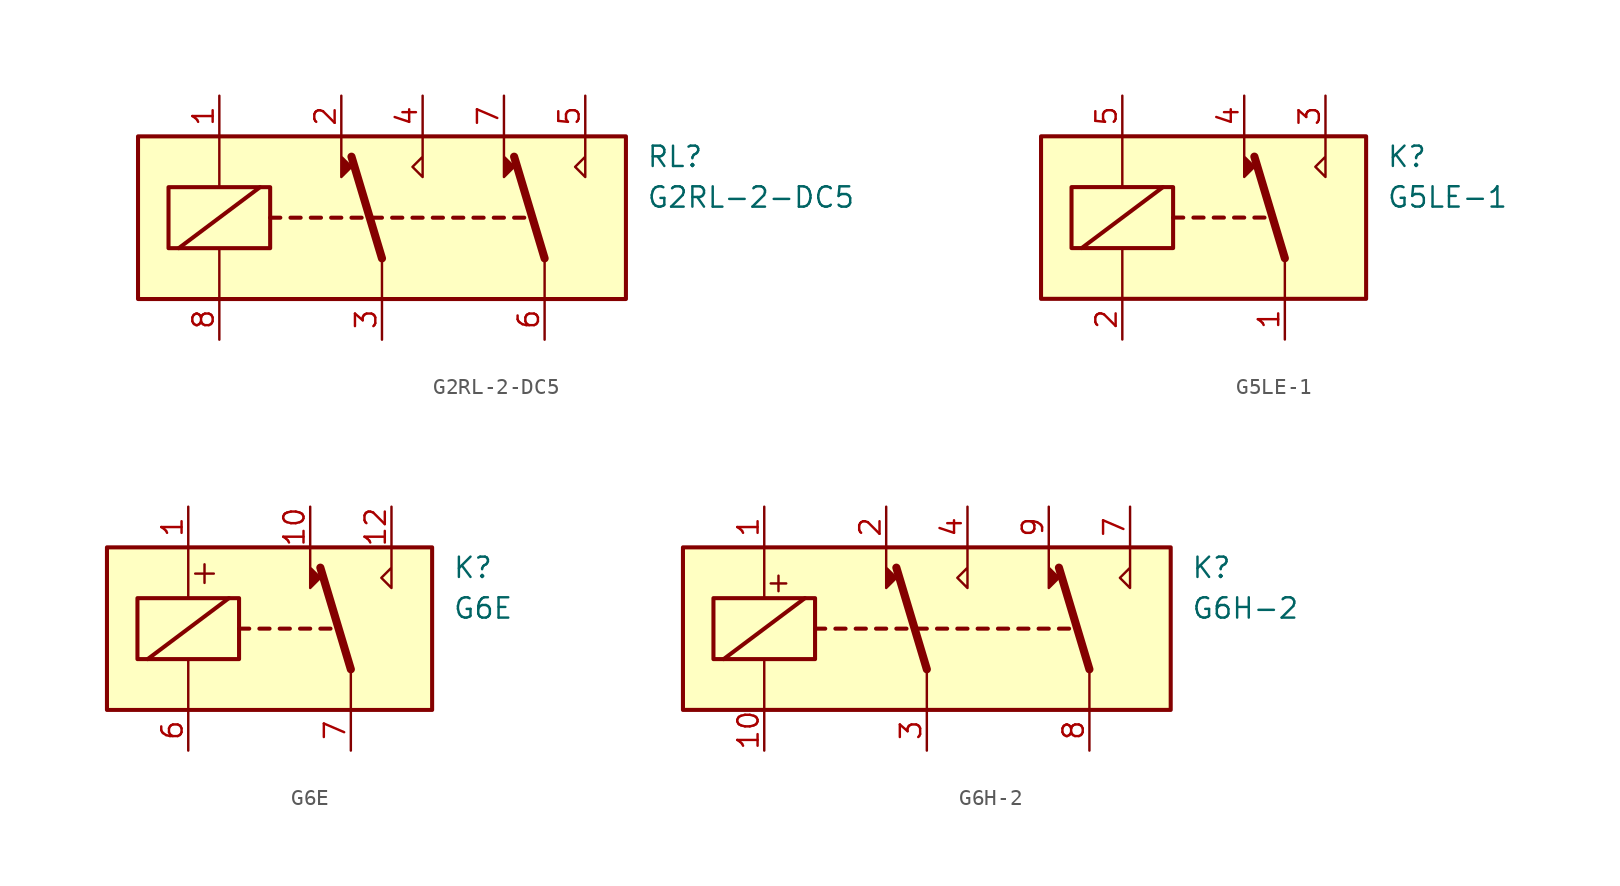
<source format=kicad_sym>
(kicad_symbol_lib
  (version 20211014)
  (generator kicad_symbol_editor)
  (symbol "G2RL-2-DC5"
    (property "Reference" "RL"
      (at 16.51 3.81 0)
      (effects (font (size 1.27 1.27)) (justify left)))
    (property "Value" "G2RL-2-DC5"
      (at 16.51 1.27 0)
      (effects (font (size 1.27 1.27)) (justify left)))
    (symbol "G2RL-2-DC5_0_1"
      (rectangle (start -15.24 5.08) (end 15.24 -5.08) (stroke (width 0.254) (type default) (color 0 0 0 0)) (fill (type background)))
      (rectangle (start -13.335 1.905) (end -6.985 -1.905) (stroke (width 0.254) (type default) (color 0 0 0 0)) (fill (type none)))
      (polyline (pts (xy -12.7 -1.905) (xy -7.62 1.905)) (stroke (width 0.254) (type default) (color 0 0 0 0)) (fill (type none)))
      (polyline (pts (xy -10.16 -5.08) (xy -10.16 -1.905)) (stroke (width 0) (type default) (color 0 0 0 0)) (fill (type none)))
      (polyline (pts (xy -10.16 5.08) (xy -10.16 1.905)) (stroke (width 0) (type default) (color 0 0 0 0)) (fill (type none)))
      (polyline (pts (xy -6.985 0) (xy -6.35 0)) (stroke (width 0.254) (type default) (color 0 0 0 0)) (fill (type none)))
      (polyline (pts (xy -5.715 0) (xy -5.08 0)) (stroke (width 0.254) (type default) (color 0 0 0 0)) (fill (type none)))
      (polyline (pts (xy -4.445 0) (xy -3.81 0)) (stroke (width 0.254) (type default) (color 0 0 0 0)) (fill (type none)))
      (polyline (pts (xy -3.175 0) (xy -2.54 0)) (stroke (width 0.254) (type default) (color 0 0 0 0)) (fill (type none)))
      (polyline (pts (xy -1.905 0) (xy -1.27 0)) (stroke (width 0.254) (type default) (color 0 0 0 0)) (fill (type none)))
      (polyline (pts (xy -0.635 0) (xy 0 0)) (stroke (width 0.254) (type default) (color 0 0 0 0)) (fill (type none)))
      (polyline (pts (xy 0 -2.54) (xy -1.905 3.81)) (stroke (width 0.508) (type default) (color 0 0 0 0)) (fill (type none)))
      (polyline (pts (xy 0 -2.54) (xy 0 -5.08)) (stroke (width 0) (type default) (color 0 0 0 0)) (fill (type none)))
      (polyline (pts (xy 0.635 0) (xy 1.27 0)) (stroke (width 0.254) (type default) (color 0 0 0 0)) (fill (type none)))
      (polyline (pts (xy 1.905 0) (xy 2.54 0)) (stroke (width 0.254) (type default) (color 0 0 0 0)) (fill (type none)))
      (polyline (pts (xy 3.175 0) (xy 3.81 0)) (stroke (width 0.254) (type default) (color 0 0 0 0)) (fill (type none)))
      (polyline (pts (xy 4.445 0) (xy 5.08 0)) (stroke (width 0.254) (type default) (color 0 0 0 0)) (fill (type none)))
      (polyline (pts (xy 5.715 0) (xy 6.35 0)) (stroke (width 0.254) (type default) (color 0 0 0 0)) (fill (type none)))
      (polyline (pts (xy 6.985 0) (xy 7.62 0)) (stroke (width 0.254) (type default) (color 0 0 0 0)) (fill (type none)))
      (polyline (pts (xy 8.255 0) (xy 8.89 0)) (stroke (width 0.254) (type default) (color 0 0 0 0)) (fill (type none)))
      (polyline (pts (xy 10.16 -2.54) (xy 8.255 3.81)) (stroke (width 0.508) (type default) (color 0 0 0 0)) (fill (type none)))
      (polyline (pts (xy 10.16 -2.54) (xy 10.16 -5.08)) (stroke (width 0) (type default) (color 0 0 0 0)) (fill (type none)))
      (polyline (pts (xy -2.54 5.08) (xy -2.54 2.54) (xy -1.905 3.175) (xy -2.54 3.81)) (stroke (width 0) (type default) (color 0 0 0 0)) (fill (type outline)))
      (polyline (pts (xy 2.54 5.08) (xy 2.54 2.54) (xy 1.905 3.175) (xy 2.54 3.81)) (stroke (width 0) (type default) (color 0 0 0 0)) (fill (type none)))
      (polyline (pts (xy 7.62 5.08) (xy 7.62 2.54) (xy 8.255 3.175) (xy 7.62 3.81)) (stroke (width 0) (type default) (color 0 0 0 0)) (fill (type outline)))
      (polyline (pts (xy 12.7 5.08) (xy 12.7 2.54) (xy 12.065 3.175) (xy 12.7 3.81)) (stroke (width 0) (type default) (color 0 0 0 0)) (fill (type none))))
    (symbol "G2RL-2-DC5_1_1"
      (pin passive line (at -10.16 7.62 270) (length 2.54) (name "~" (effects (font (size 1.27 1.27)))) (number "1" (effects (font (size 1.27 1.27)))))
      (pin passive line (at -2.54 7.62 270) (length 2.54) (name "~" (effects (font (size 1.27 1.27)))) (number "2" (effects (font (size 1.27 1.27)))))
      (pin passive line (at 0 -7.62 90) (length 2.54) (name "~" (effects (font (size 1.27 1.27)))) (number "3" (effects (font (size 1.27 1.27)))))
      (pin passive line (at 2.54 7.62 270) (length 2.54) (name "~" (effects (font (size 1.27 1.27)))) (number "4" (effects (font (size 1.27 1.27)))))
      (pin passive line (at 12.7 7.62 270) (length 2.54) (name "~" (effects (font (size 1.27 1.27)))) (number "5" (effects (font (size 1.27 1.27)))))
      (pin passive line (at 10.16 -7.62 90) (length 2.54) (name "~" (effects (font (size 1.27 1.27)))) (number "6" (effects (font (size 1.27 1.27)))))
      (pin passive line (at 7.62 7.62 270) (length 2.54) (name "~" (effects (font (size 1.27 1.27)))) (number "7" (effects (font (size 1.27 1.27)))))
      (pin passive line (at -10.16 -7.62 90) (length 2.54) (name "~" (effects (font (size 1.27 1.27)))) (number "8" (effects (font (size 1.27 1.27)))))))
  (symbol "G5LE-1"
    (property "Reference" "K"
      (at 11.43 3.81 0)
      (effects (font (size 1.27 1.27)) (justify left)))
    (property "Value" "G5LE-1"
      (at 11.43 1.27 0)
      (effects (font (size 1.27 1.27)) (justify left)))
    (symbol "G5LE-1_0_0"
      (polyline (pts (xy 7.62 5.08) (xy 7.62 2.54) (xy 6.985 3.175) (xy 7.62 3.81)) (stroke (width 0) (type default) (color 0 0 0 0)) (fill (type none))))
    (symbol "G5LE-1_0_1"
      (rectangle (start -10.16 5.08) (end 10.16 -5.08) (stroke (width 0.254) (type default) (color 0 0 0 0)) (fill (type background)))
      (rectangle (start -8.255 1.905) (end -1.905 -1.905) (stroke (width 0.254) (type default) (color 0 0 0 0)) (fill (type none)))
      (polyline (pts (xy -7.62 -1.905) (xy -2.54 1.905)) (stroke (width 0.254) (type default) (color 0 0 0 0)) (fill (type none)))
      (polyline (pts (xy -5.08 -5.08) (xy -5.08 -1.905)) (stroke (width 0) (type default) (color 0 0 0 0)) (fill (type none)))
      (polyline (pts (xy -5.08 5.08) (xy -5.08 1.905)) (stroke (width 0) (type default) (color 0 0 0 0)) (fill (type none)))
      (polyline (pts (xy -1.905 0) (xy -1.27 0)) (stroke (width 0.254) (type default) (color 0 0 0 0)) (fill (type none)))
      (polyline (pts (xy -0.635 0) (xy 0 0)) (stroke (width 0.254) (type default) (color 0 0 0 0)) (fill (type none)))
      (polyline (pts (xy 0.635 0) (xy 1.27 0)) (stroke (width 0.254) (type default) (color 0 0 0 0)) (fill (type none)))
      (polyline (pts (xy 1.905 0) (xy 2.54 0)) (stroke (width 0.254) (type default) (color 0 0 0 0)) (fill (type none)))
      (polyline (pts (xy 3.175 0) (xy 3.81 0)) (stroke (width 0.254) (type default) (color 0 0 0 0)) (fill (type none)))
      (polyline (pts (xy 5.08 -2.54) (xy 3.175 3.81)) (stroke (width 0.508) (type default) (color 0 0 0 0)) (fill (type none)))
      (polyline (pts (xy 5.08 -2.54) (xy 5.08 -5.08)) (stroke (width 0) (type default) (color 0 0 0 0)) (fill (type none)))
      (polyline (pts (xy 2.54 5.08) (xy 2.54 2.54) (xy 3.175 3.175) (xy 2.54 3.81)) (stroke (width 0) (type default) (color 0 0 0 0)) (fill (type outline))))
    (symbol "G5LE-1_1_1"
      (pin passive line (at 5.08 -7.62 90) (length 2.54) (name "~" (effects (font (size 1.27 1.27)))) (number "1" (effects (font (size 1.27 1.27)))))
      (pin passive line (at -5.08 -7.62 90) (length 2.54) (name "~" (effects (font (size 1.27 1.27)))) (number "2" (effects (font (size 1.27 1.27)))))
      (pin passive line (at 7.62 7.62 270) (length 2.54) (name "~" (effects (font (size 1.27 1.27)))) (number "3" (effects (font (size 1.27 1.27)))))
      (pin passive line (at 2.54 7.62 270) (length 2.54) (name "~" (effects (font (size 1.27 1.27)))) (number "4" (effects (font (size 1.27 1.27)))))
      (pin passive line (at -5.08 7.62 270) (length 2.54) (name "~" (effects (font (size 1.27 1.27)))) (number "5" (effects (font (size 1.27 1.27)))))))
  (symbol "G6E"
    (property "Reference" "K"
      (at 11.43 3.81 0)
      (effects (font (size 1.27 1.27)) (justify left)))
    (property "Value" "G6E"
      (at 11.43 1.27 0)
      (effects (font (size 1.27 1.27)) (justify left)))
    (symbol "G6E_0_0"
      (polyline (pts (xy 7.62 5.08) (xy 7.62 2.54) (xy 6.985 3.175) (xy 7.62 3.81)) (stroke (width 0) (type default) (color 0 0 0 0)) (fill (type none)))
      (text "+" (at -4.064 3.556 0) (effects (font (size 1.524 1.524)))))
    (symbol "G6E_0_1"
      (rectangle (start -10.16 5.08) (end 10.16 -5.08) (stroke (width 0.254) (type default) (color 0 0 0 0)) (fill (type background)))
      (rectangle (start -8.255 1.905) (end -1.905 -1.905) (stroke (width 0.254) (type default) (color 0 0 0 0)) (fill (type none)))
      (polyline (pts (xy -7.62 -1.905) (xy -2.54 1.905)) (stroke (width 0.254) (type default) (color 0 0 0 0)) (fill (type none)))
      (polyline (pts (xy -5.08 -5.08) (xy -5.08 -1.905)) (stroke (width 0) (type default) (color 0 0 0 0)) (fill (type none)))
      (polyline (pts (xy -5.08 5.08) (xy -5.08 1.905)) (stroke (width 0) (type default) (color 0 0 0 0)) (fill (type none)))
      (polyline (pts (xy -1.905 0) (xy -1.27 0)) (stroke (width 0.254) (type default) (color 0 0 0 0)) (fill (type none)))
      (polyline (pts (xy -0.635 0) (xy 0 0)) (stroke (width 0.254) (type default) (color 0 0 0 0)) (fill (type none)))
      (polyline (pts (xy 0.635 0) (xy 1.27 0)) (stroke (width 0.254) (type default) (color 0 0 0 0)) (fill (type none)))
      (polyline (pts (xy 1.905 0) (xy 2.54 0)) (stroke (width 0.254) (type default) (color 0 0 0 0)) (fill (type none)))
      (polyline (pts (xy 3.175 0) (xy 3.81 0)) (stroke (width 0.254) (type default) (color 0 0 0 0)) (fill (type none)))
      (polyline (pts (xy 5.08 -2.54) (xy 3.175 3.81)) (stroke (width 0.508) (type default) (color 0 0 0 0)) (fill (type none)))
      (polyline (pts (xy 5.08 -2.54) (xy 5.08 -5.08)) (stroke (width 0) (type default) (color 0 0 0 0)) (fill (type none)))
      (polyline (pts (xy 2.54 5.08) (xy 2.54 2.54) (xy 3.175 3.175) (xy 2.54 3.81)) (stroke (width 0) (type default) (color 0 0 0 0)) (fill (type outline))))
    (symbol "G6E_1_1"
      (pin passive line (at -5.08 7.62 270) (length 2.54) (name "~" (effects (font (size 1.27 1.27)))) (number "1" (effects (font (size 1.27 1.27)))))
      (pin passive line (at 2.54 7.62 270) (length 2.54) (name "~" (effects (font (size 1.27 1.27)))) (number "10" (effects (font (size 1.27 1.27)))))
      (pin passive line (at 7.62 7.62 270) (length 2.54) (name "~" (effects (font (size 1.27 1.27)))) (number "12" (effects (font (size 1.27 1.27)))))
      (pin passive line (at -5.08 -7.62 90) (length 2.54) (name "~" (effects (font (size 1.27 1.27)))) (number "6" (effects (font (size 1.27 1.27)))))
      (pin passive line (at 5.08 -7.62 90) (length 2.54) (name "~" (effects (font (size 1.27 1.27)))) (number "7" (effects (font (size 1.27 1.27)))))))
  (symbol "G6H-2"
    (property "Reference" "K"
      (at 16.51 3.81 0)
      (effects (font (size 1.27 1.27)) (justify left)))
    (property "Value" "G6H-2"
      (at 16.51 1.27 0)
      (effects (font (size 1.27 1.27)) (justify left)))
    (symbol "G6H-2_0_0"
      (text "+" (at -9.271 2.921 0) (effects (font (size 1.27 1.27)))))
    (symbol "G6H-2_0_1"
      (rectangle (start -15.24 5.08) (end 15.24 -5.08) (stroke (width 0.254) (type default) (color 0 0 0 0)) (fill (type background)))
      (rectangle (start -13.335 1.905) (end -6.985 -1.905) (stroke (width 0.254) (type default) (color 0 0 0 0)) (fill (type none)))
      (polyline (pts (xy -12.7 -1.905) (xy -7.62 1.905)) (stroke (width 0.254) (type default) (color 0 0 0 0)) (fill (type none)))
      (polyline (pts (xy -10.16 -5.08) (xy -10.16 -1.905)) (stroke (width 0) (type default) (color 0 0 0 0)) (fill (type none)))
      (polyline (pts (xy -10.16 5.08) (xy -10.16 1.905)) (stroke (width 0) (type default) (color 0 0 0 0)) (fill (type none)))
      (polyline (pts (xy -6.985 0) (xy -6.35 0)) (stroke (width 0.254) (type default) (color 0 0 0 0)) (fill (type none)))
      (polyline (pts (xy -5.715 0) (xy -5.08 0)) (stroke (width 0.254) (type default) (color 0 0 0 0)) (fill (type none)))
      (polyline (pts (xy -4.445 0) (xy -3.81 0)) (stroke (width 0.254) (type default) (color 0 0 0 0)) (fill (type none)))
      (polyline (pts (xy -3.175 0) (xy -2.54 0)) (stroke (width 0.254) (type default) (color 0 0 0 0)) (fill (type none)))
      (polyline (pts (xy -1.905 0) (xy -1.27 0)) (stroke (width 0.254) (type default) (color 0 0 0 0)) (fill (type none)))
      (polyline (pts (xy -0.635 0) (xy 0 0)) (stroke (width 0.254) (type default) (color 0 0 0 0)) (fill (type none)))
      (polyline (pts (xy 0 -2.54) (xy -1.905 3.81)) (stroke (width 0.508) (type default) (color 0 0 0 0)) (fill (type none)))
      (polyline (pts (xy 0 -2.54) (xy 0 -5.08)) (stroke (width 0) (type default) (color 0 0 0 0)) (fill (type none)))
      (polyline (pts (xy 0.635 0) (xy 1.27 0)) (stroke (width 0.254) (type default) (color 0 0 0 0)) (fill (type none)))
      (polyline (pts (xy 1.905 0) (xy 2.54 0)) (stroke (width 0.254) (type default) (color 0 0 0 0)) (fill (type none)))
      (polyline (pts (xy 3.175 0) (xy 3.81 0)) (stroke (width 0.254) (type default) (color 0 0 0 0)) (fill (type none)))
      (polyline (pts (xy 4.445 0) (xy 5.08 0)) (stroke (width 0.254) (type default) (color 0 0 0 0)) (fill (type none)))
      (polyline (pts (xy 5.715 0) (xy 6.35 0)) (stroke (width 0.254) (type default) (color 0 0 0 0)) (fill (type none)))
      (polyline (pts (xy 6.985 0) (xy 7.62 0)) (stroke (width 0.254) (type default) (color 0 0 0 0)) (fill (type none)))
      (polyline (pts (xy 8.255 0) (xy 8.89 0)) (stroke (width 0.254) (type default) (color 0 0 0 0)) (fill (type none)))
      (polyline (pts (xy 10.16 -2.54) (xy 8.255 3.81)) (stroke (width 0.508) (type default) (color 0 0 0 0)) (fill (type none)))
      (polyline (pts (xy 10.16 -2.54) (xy 10.16 -5.08)) (stroke (width 0) (type default) (color 0 0 0 0)) (fill (type none)))
      (polyline (pts (xy -2.54 5.08) (xy -2.54 2.54) (xy -1.905 3.175) (xy -2.54 3.81)) (stroke (width 0) (type default) (color 0 0 0 0)) (fill (type outline)))
      (polyline (pts (xy 2.54 5.08) (xy 2.54 2.54) (xy 1.905 3.175) (xy 2.54 3.81)) (stroke (width 0) (type default) (color 0 0 0 0)) (fill (type none)))
      (polyline (pts (xy 7.62 5.08) (xy 7.62 2.54) (xy 8.255 3.175) (xy 7.62 3.81)) (stroke (width 0) (type default) (color 0 0 0 0)) (fill (type outline)))
      (polyline (pts (xy 12.7 5.08) (xy 12.7 2.54) (xy 12.065 3.175) (xy 12.7 3.81)) (stroke (width 0) (type default) (color 0 0 0 0)) (fill (type none))))
    (symbol "G6H-2_1_1"
      (pin passive line (at -10.16 7.62 270) (length 2.54) (name "~" (effects (font (size 1.27 1.27)))) (number "1" (effects (font (size 1.27 1.27)))))
      (pin passive line (at -10.16 -7.62 90) (length 2.54) (name "~" (effects (font (size 1.27 1.27)))) (number "10" (effects (font (size 1.27 1.27)))))
      (pin passive line (at -2.54 7.62 270) (length 2.54) (name "~" (effects (font (size 1.27 1.27)))) (number "2" (effects (font (size 1.27 1.27)))))
      (pin passive line (at 0 -7.62 90) (length 2.54) (name "~" (effects (font (size 1.27 1.27)))) (number "3" (effects (font (size 1.27 1.27)))))
      (pin passive line (at 2.54 7.62 270) (length 2.54) (name "~" (effects (font (size 1.27 1.27)))) (number "4" (effects (font (size 1.27 1.27)))))
      (pin no_connect line (at 5.08 -5.08 90) (length 2.54) hide (name "NC" (effects (font (size 1.27 1.27)))) (number "5" (effects (font (size 1.27 1.27)))))
      (pin no_connect line (at 2.54 -5.08 90) (length 2.54) hide (name "NC" (effects (font (size 1.27 1.27)))) (number "6" (effects (font (size 1.27 1.27)))))
      (pin passive line (at 12.7 7.62 270) (length 2.54) (name "~" (effects (font (size 1.27 1.27)))) (number "7" (effects (font (size 1.27 1.27)))))
      (pin passive line (at 10.16 -7.62 90) (length 2.54) (name "~" (effects (font (size 1.27 1.27)))) (number "8" (effects (font (size 1.27 1.27)))))
      (pin passive line (at 7.62 7.62 270) (length 2.54) (name "~" (effects (font (size 1.27 1.27)))) (number "9" (effects (font (size 1.27 1.27))))))))
</source>
